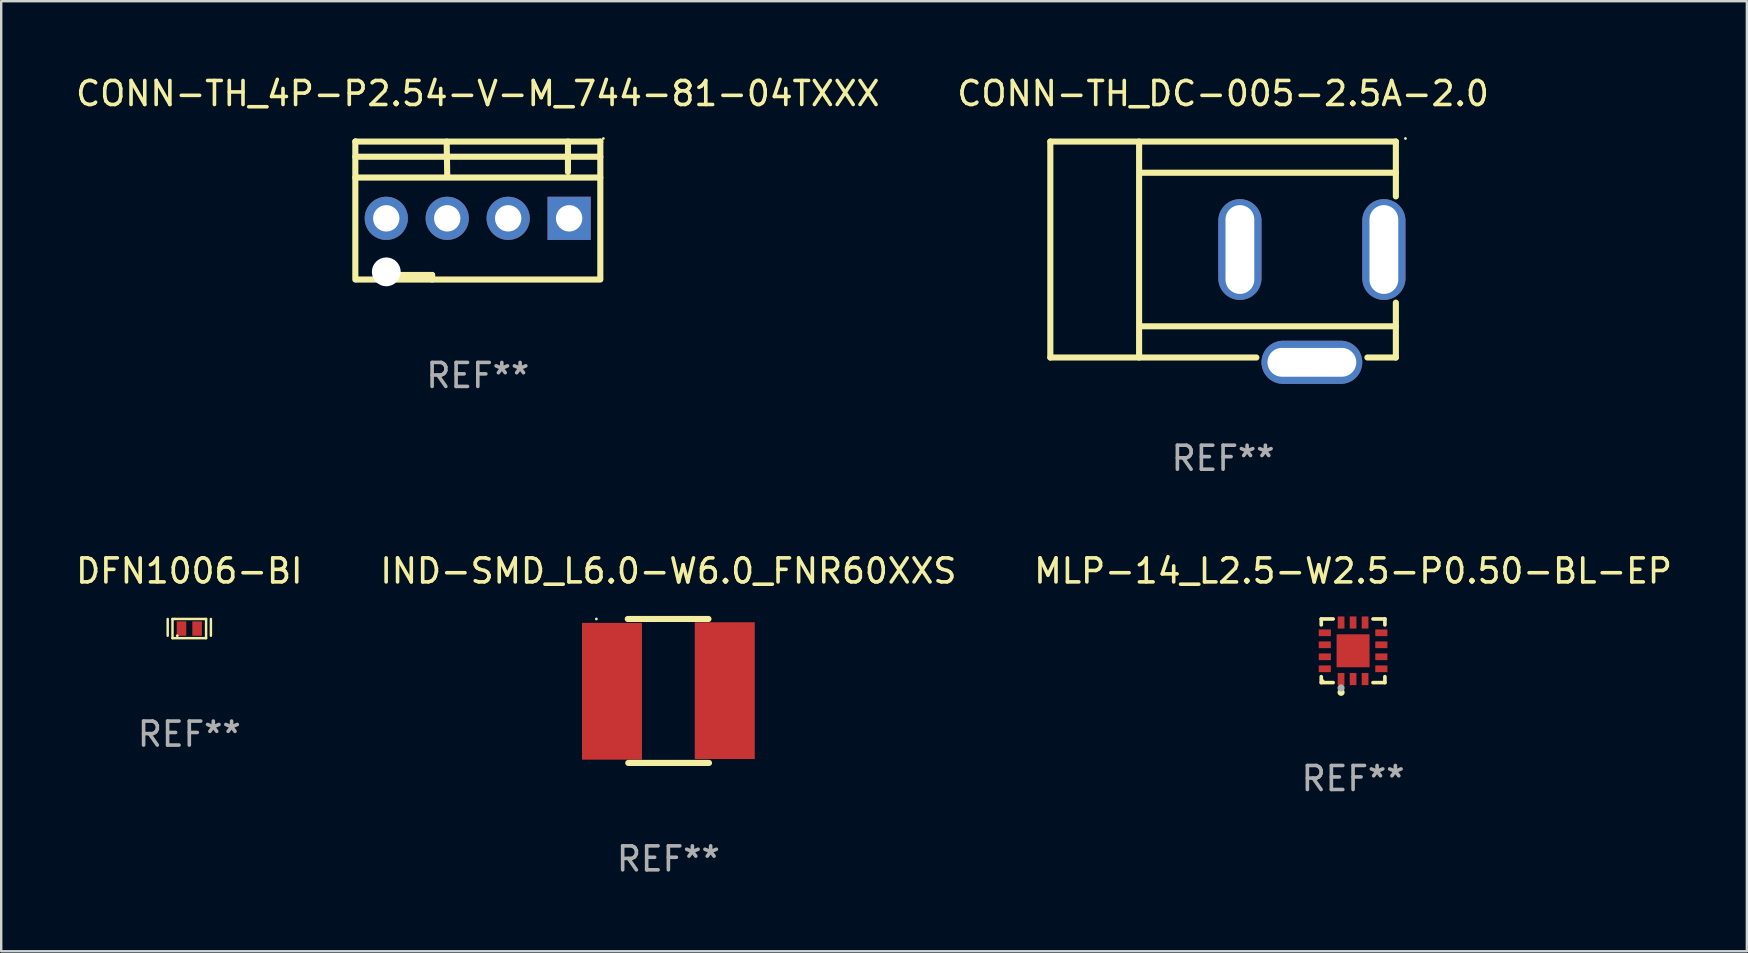
<source format=kicad_pcb>
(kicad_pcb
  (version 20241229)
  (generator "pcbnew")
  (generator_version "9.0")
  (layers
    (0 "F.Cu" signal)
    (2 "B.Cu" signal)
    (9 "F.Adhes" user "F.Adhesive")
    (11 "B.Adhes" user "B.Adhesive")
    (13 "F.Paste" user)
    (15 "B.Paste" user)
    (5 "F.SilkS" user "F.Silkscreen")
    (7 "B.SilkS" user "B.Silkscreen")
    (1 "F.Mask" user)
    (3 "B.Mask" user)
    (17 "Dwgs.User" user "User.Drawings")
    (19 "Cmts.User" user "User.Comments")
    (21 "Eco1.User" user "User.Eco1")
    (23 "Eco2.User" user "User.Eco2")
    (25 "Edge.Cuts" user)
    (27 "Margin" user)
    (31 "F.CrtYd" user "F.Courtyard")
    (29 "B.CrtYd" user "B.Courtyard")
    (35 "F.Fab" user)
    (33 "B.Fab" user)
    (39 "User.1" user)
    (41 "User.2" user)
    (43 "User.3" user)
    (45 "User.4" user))
  (footprint "CONN-TH_4P-P2.54-V-M_744-81-04TXXX"
    (layer "F.Cu")
    (at 16.858 6.049)
    (property "Reference" "CONN-TH_4P-P2.54-V-M_744-81-04TXXX" (at 0.005 -5.2 0) (layer "F.SilkS") (effects (font (size 1 1) (thickness 0.15))))
    (attr through_hole)
    (fp_line (start -5.1 -3.2) (end -5.08 -3.2) (stroke (width 0.254) (type solid)) (layer "F.SilkS"))
    (fp_line (start -5.1 -3.2) (end -5.1 2.55) (stroke (width 0.254) (type solid)) (layer "F.SilkS"))
    (fp_line (start -5.1 -2.567) (end 5.11 -2.567) (stroke (width 0.254) (type solid)) (layer "F.SilkS"))
    (fp_line (start -5.1 -1.7) (end 5.11 -1.7) (stroke (width 0.254) (type solid)) (layer "F.SilkS"))
    (fp_line (start -5.08 -3.2) (end 5.111 -3.2) (stroke (width 0.254) (type solid)) (layer "F.SilkS"))
    (fp_line (start -5.05 2.55) (end 5.11 2.55) (stroke (width 0.254) (type solid)) (layer "F.SilkS"))
    (fp_line (start -3.477 2.36) (end -1.9 2.36) (stroke (width 0.254) (type solid)) (layer "F.SilkS"))
    (fp_line (start -3.477 2.55) (end -3.477 2.36) (stroke (width 0.254) (type solid)) (layer "F.SilkS"))
    (fp_line (start -1.9 2.36) (end -1.9 2.55) (stroke (width 0.254) (type solid)) (layer "F.SilkS"))
    (fp_line (start -1.293 -3.2) (end -1.27 -1.778) (stroke (width 0.254) (type solid)) (layer "F.SilkS"))
    (fp_line (start 3.762 -3.2) (end 3.762 -1.932) (stroke (width 0.254) (type solid)) (layer "F.SilkS"))
    (fp_line (start 5.11 -3.2) (end 5.11 2.49) (stroke (width 0.254) (type solid)) (layer "F.SilkS"))
    (fp_circle (center 5.238 -3.327) (end 5.268 -3.327) (stroke (width 0.06) (type solid)) (fill no) (layer "F.SilkS"))
    (fp_text user "REF**" (at 0.005 6.55 0) (layer "F.Fab") (effects (font (size 1 1) (thickness 0.15))))
    (pad "" np_thru_hole circle (at -3.81 2.23) (size 1.2 1.2) (drill 1.2) (layers "*.Cu" "*.Mask"))
    (pad "1" thru_hole rect (at 3.81 0) (size 1.8 1.8) (drill 1.1) (layers "*.Cu" "*.Mask"))
    (pad "2" thru_hole circle (at 1.27 0) (size 1.8 1.8) (drill 1.1) (layers "*.Cu" "*.Mask"))
    (pad "3" thru_hole circle (at -1.27 0) (size 1.8 1.8) (drill 1.1) (layers "*.Cu" "*.Mask"))
    (pad "4" thru_hole circle (at -3.81 0) (size 1.8 1.8) (drill 1.1) (layers "*.Cu" "*.Mask")))
  (footprint "DFN1006-BI"
    (layer "F.Cu")
    (at 4.839 23.145)
    (property "Reference" "DFN1006-BI" (at 0 -2.4 0) (layer "F.SilkS") (effects (font (size 1 1) (thickness 0.15))))
    (attr through_hole)
    (fp_line (start -0.9 -0.4) (end -0.9 0.3) (stroke (width 0.102) (type solid)) (layer "F.SilkS"))
    (fp_line (start -0.7 -0.4) (end -0.6 -0.4) (stroke (width 0.102) (type solid)) (layer "F.SilkS"))
    (fp_line (start -0.7 0.4) (end -0.7 -0.4) (stroke (width 0.102) (type solid)) (layer "F.SilkS"))
    (fp_line (start -0.6 -0.4) (end 0.7 -0.4) (stroke (width 0.102) (type solid)) (layer "F.SilkS"))
    (fp_line (start 0.7 -0.4) (end 0.7 0.4) (stroke (width 0.102) (type solid)) (layer "F.SilkS"))
    (fp_line (start 0.7 0.4) (end -0.7 0.4) (stroke (width 0.102) (type solid)) (layer "F.SilkS"))
    (fp_line (start 0.9 -0.4) (end 0.9 0.3) (stroke (width 0.102) (type solid)) (layer "F.SilkS"))
    (fp_circle (center -0.5 0.3) (end -0.47 0.3) (stroke (width 0.06) (type solid)) (fill no) (layer "F.SilkS"))
    (fp_text user "REF**" (at 0 4.4 0) (layer "F.Fab") (effects (font (size 1 1) (thickness 0.15))))
    (pad "1" smd rect (at -0.325 0) (size 0.4 0.6) (layers "F.Cu" "F.Mask" "F.Paste"))
    (pad "2" smd rect (at 0.325 0) (size 0.4 0.6) (layers "F.Cu" "F.Mask" "F.Paste")))
  (footprint "CONN-TH_DC-005-2.5A-2.0"
    (layer "F.Cu")
    (at 51.622 9.699)
    (property "Reference" "CONN-TH_DC-005-2.5A-2.0" (at -3.7 -8.85 0) (layer "F.SilkS") (effects (font (size 1 1) (thickness 0.15))))
    (attr through_hole)
    (fp_line (start -10.9 -6.85) (end 3.5 -6.85) (stroke (width 0.254) (type solid)) (layer "F.SilkS"))
    (fp_line (start -10.9 2.15) (end -10.9 -6.85) (stroke (width 0.254) (type solid)) (layer "F.SilkS"))
    (fp_line (start -10.9 2.15) (end -2.313 2.15) (stroke (width 0.254) (type solid)) (layer "F.SilkS"))
    (fp_line (start -7.2 2.15) (end -7.2 -6.85) (stroke (width 0.254) (type solid)) (layer "F.SilkS"))
    (fp_line (start -7.12 -5.55) (end 3.5 -5.55) (stroke (width 0.254) (type solid)) (layer "F.SilkS"))
    (fp_line (start -7.12 0.85) (end 3.5 0.85) (stroke (width 0.254) (type solid)) (layer "F.SilkS"))
    (fp_line (start 2.313 2.15) (end 3.5 2.15) (stroke (width 0.254) (type solid)) (layer "F.SilkS"))
    (fp_line (start 3.5 -6.85) (end 3.5 -4.564) (stroke (width 0.254) (type solid)) (layer "F.SilkS"))
    (fp_line (start 3.5 -0.136) (end 3.5 2.15) (stroke (width 0.254) (type solid)) (layer "F.SilkS"))
    (fp_circle (center 3.9 -6.977) (end 3.93 -6.977) (stroke (width 0.06) (type solid)) (fill no) (layer "F.SilkS"))
    (fp_text user "REF**" (at -3.7 6.35 0) (layer "F.Fab") (effects (font (size 1 1) (thickness 0.15))))
    (pad "1" thru_hole oval (at 3 -2.35) (size 1.8 4.2) (drill oval 1.2 3.7) (layers "*.Cu" "*.Mask"))
    (pad "2" thru_hole oval (at -3 -2.35 180) (size 1.8 4.2) (drill oval 1.2 3.7) (layers "*.Cu" "*.Mask"))
    (pad "3" thru_hole oval (at 0 2.35 270) (size 1.8 4.2) (drill oval 1.2 3.7) (layers "*.Cu" "*.Mask")))
  (footprint "MLP-14_L2.5-W2.5-P0.50-BL-EP"
    (layer "F.Cu")
    (at 53.339 24.071)
    (property "Reference" "MLP-14_L2.5-W2.5-P0.50-BL-EP" (at 0 -3.326 0) (layer "F.SilkS") (effects (font (size 1 1) (thickness 0.15))))
    (attr through_hole)
    (fp_line (start -1.326 -1.326) (end -0.831 -1.326) (stroke (width 0.152) (type solid)) (layer "F.SilkS"))
    (fp_line (start -1.326 -1.08) (end -1.326 -1.326) (stroke (width 0.152) (type solid)) (layer "F.SilkS"))
    (fp_line (start -1.326 1.08) (end -1.326 1.326) (stroke (width 0.152) (type solid)) (layer "F.SilkS"))
    (fp_line (start -1.326 1.326) (end -0.831 1.326) (stroke (width 0.152) (type solid)) (layer "F.SilkS"))
    (fp_line (start 1.326 -1.326) (end 0.831 -1.326) (stroke (width 0.152) (type solid)) (layer "F.SilkS"))
    (fp_line (start 1.326 -1.08) (end 1.326 -1.326) (stroke (width 0.152) (type solid)) (layer "F.SilkS"))
    (fp_line (start 1.326 1.08) (end 1.326 1.326) (stroke (width 0.152) (type solid)) (layer "F.SilkS"))
    (fp_line (start 1.326 1.326) (end 0.831 1.326) (stroke (width 0.152) (type solid)) (layer "F.SilkS"))
    (fp_circle (center -1.25 1.25) (end -1.22 1.25) (stroke (width 0.06) (type solid)) (fill no) (layer "F.SilkS"))
    (fp_circle (center -0.5 1.73) (end -0.425 1.73) (stroke (width 0.15) (type solid)) (fill no) (layer "F.SilkS"))
    (fp_circle (center -0.5 1.55) (end -0.425 1.55) (stroke (width 0.15) (type solid)) (fill no) (layer "F.Fab"))
    (fp_text user "REF**" (at 0 5.326 0) (layer "F.Fab") (effects (font (size 1 1) (thickness 0.15))))
    (pad "1" smd rect (at -0.5 1.178) (size 0.28 0.505) (layers "F.Cu" "F.Mask" "F.Paste"))
    (pad "2" smd rect (at 0 1.178) (size 0.28 0.505) (layers "F.Cu" "F.Mask" "F.Paste"))
    (pad "3" smd rect (at 0.5 1.178) (size 0.28 0.505) (layers "F.Cu" "F.Mask" "F.Paste"))
    (pad "4" smd rect (at 1.178 0.75) (size 0.505 0.28) (layers "F.Cu" "F.Mask" "F.Paste"))
    (pad "5" smd rect (at 1.178 0.25) (size 0.505 0.28) (layers "F.Cu" "F.Mask" "F.Paste"))
    (pad "6" smd rect (at 1.178 -0.25) (size 0.505 0.28) (layers "F.Cu" "F.Mask" "F.Paste"))
    (pad "7" smd rect (at 1.178 -0.75) (size 0.505 0.28) (layers "F.Cu" "F.Mask" "F.Paste"))
    (pad "8" smd rect (at 0.5 -1.178) (size 0.28 0.505) (layers "F.Cu" "F.Mask" "F.Paste"))
    (pad "9" smd rect (at 0 -1.178) (size 0.28 0.505) (layers "F.Cu" "F.Mask" "F.Paste"))
    (pad "10" smd rect (at -0.5 -1.178) (size 0.28 0.505) (layers "F.Cu" "F.Mask" "F.Paste"))
    (pad "11" smd rect (at -1.178 -0.75) (size 0.505 0.28) (layers "F.Cu" "F.Mask" "F.Paste"))
    (pad "12" smd rect (at -1.178 -0.25) (size 0.505 0.28) (layers "F.Cu" "F.Mask" "F.Paste"))
    (pad "13" smd rect (at -1.178 0.25) (size 0.505 0.28) (layers "F.Cu" "F.Mask" "F.Paste"))
    (pad "14" smd rect (at -1.178 0.75) (size 0.505 0.28) (layers "F.Cu" "F.Mask" "F.Paste"))
    (pad "15" smd rect (at 0 0) (size 1.375 1.375) (layers "F.Cu" "F.Mask" "F.Paste")))
  (footprint "IND-SMD_L6.0-W6.0_FNR60XXS"
    (layer "F.Cu")
    (at 24.804 25.745)
    (property "Reference" "IND-SMD_L6.0-W6.0_FNR60XXS" (at 0 -5 0) (layer "F.SilkS") (effects (font (size 1 1) (thickness 0.15))))
    (attr through_hole)
    (fp_line (start -1.693 -3) (end 1.671 -3) (stroke (width 0.254) (type solid)) (layer "F.SilkS"))
    (fp_line (start -1.671 3) (end 1.693 3) (stroke (width 0.254) (type solid)) (layer "F.SilkS"))
    (fp_circle (center -3 -3) (end -2.97 -3) (stroke (width 0.06) (type solid)) (fill no) (layer "F.SilkS"))
    (fp_text user "REF**" (at 0 7 0) (layer "F.Fab") (effects (font (size 1 1) (thickness 0.15))))
    (pad "1" smd rect (at -2.35 0.013) (size 2.5 5.7) (layers "F.Cu" "F.Mask" "F.Paste"))
    (pad "2" smd rect (at 2.35 -0.013) (size 2.5 5.7) (layers "F.Cu" "F.Mask" "F.Paste")))
  (gr_rect
    (start -3 -3)
    (end 69.75 36.593)
    (stroke (width 0.1) (type default))
    (fill no)
    (layer "Edge.Cuts")))
</source>
